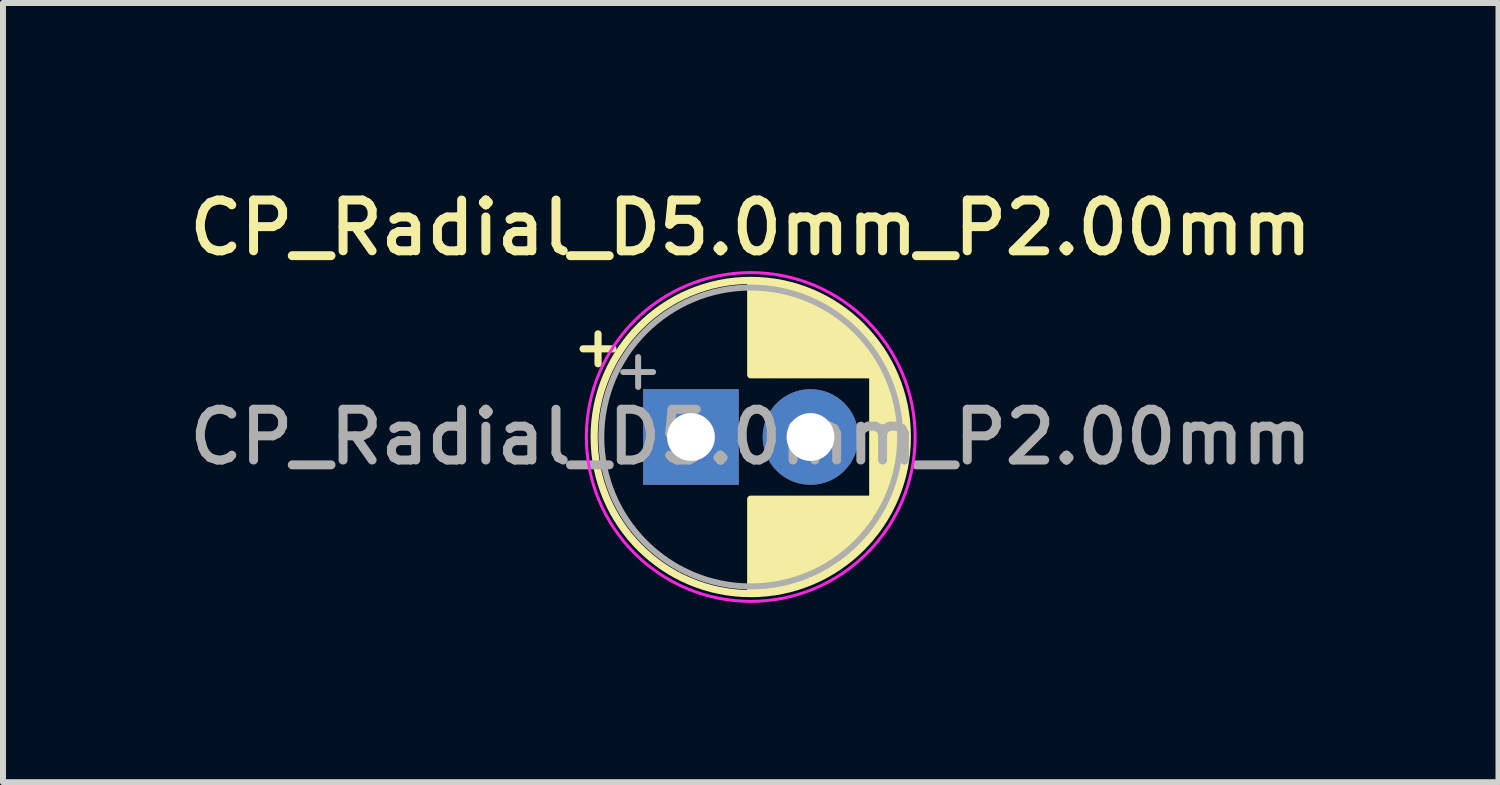
<source format=kicad_pcb>
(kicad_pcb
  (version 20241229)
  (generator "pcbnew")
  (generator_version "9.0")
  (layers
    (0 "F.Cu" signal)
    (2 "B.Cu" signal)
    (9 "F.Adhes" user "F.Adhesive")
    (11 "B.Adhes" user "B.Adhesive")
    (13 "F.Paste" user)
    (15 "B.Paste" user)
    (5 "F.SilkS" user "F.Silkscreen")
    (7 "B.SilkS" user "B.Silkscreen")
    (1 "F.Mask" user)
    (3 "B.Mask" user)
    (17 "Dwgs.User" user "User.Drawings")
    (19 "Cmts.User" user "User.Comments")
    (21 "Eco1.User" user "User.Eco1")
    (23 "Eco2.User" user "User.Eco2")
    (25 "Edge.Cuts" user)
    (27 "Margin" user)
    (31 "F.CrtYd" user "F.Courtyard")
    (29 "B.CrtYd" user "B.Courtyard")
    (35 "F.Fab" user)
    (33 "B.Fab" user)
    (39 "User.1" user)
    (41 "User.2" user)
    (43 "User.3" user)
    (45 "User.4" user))
  (footprint "CP_Radial_D5.0mm_P2.00mm"
    (layer "F.Cu")
    (at 9.51 4.261)
    (property "Reference" "CP_Radial_D5.0mm_P2.00mm" (at 0 -3.5 0) (layer "F.SilkS") (effects (font (size 0.85 0.85) (thickness 0.15))))
    (attr through_hole)
    (fp_line (start -2.805 -1.475) (end -2.305 -1.475) (stroke (width 0.12) (type solid)) (layer "F.SilkS"))
    (fp_line (start -2.555 -1.725) (end -2.555 -1.225) (stroke (width 0.12) (type solid)) (layer "F.SilkS"))
    (fp_line (start 0 -2.58) (end 0 -1.04) (stroke (width 0.12) (type solid)) (layer "F.SilkS"))
    (fp_line (start 0 1.04) (end 0 2.58) (stroke (width 0.12) (type solid)) (layer "F.SilkS"))
    (fp_line (start 0.04 -2.58) (end 0.04 -1.04) (stroke (width 0.12) (type solid)) (layer "F.SilkS"))
    (fp_line (start 0.04 1.04) (end 0.04 2.58) (stroke (width 0.12) (type solid)) (layer "F.SilkS"))
    (fp_line (start 0.08 -2.579) (end 0.08 -1.04) (stroke (width 0.12) (type solid)) (layer "F.SilkS"))
    (fp_line (start 0.08 1.04) (end 0.08 2.579) (stroke (width 0.12) (type solid)) (layer "F.SilkS"))
    (fp_line (start 0.12 -2.578) (end 0.12 -1.04) (stroke (width 0.12) (type solid)) (layer "F.SilkS"))
    (fp_line (start 0.12 1.04) (end 0.12 2.578) (stroke (width 0.12) (type solid)) (layer "F.SilkS"))
    (fp_line (start 0.16 -2.576) (end 0.16 -1.04) (stroke (width 0.12) (type solid)) (layer "F.SilkS"))
    (fp_line (start 0.16 1.04) (end 0.16 2.576) (stroke (width 0.12) (type solid)) (layer "F.SilkS"))
    (fp_line (start 0.2 -2.573) (end 0.2 -1.04) (stroke (width 0.12) (type solid)) (layer "F.SilkS"))
    (fp_line (start 0.2 1.04) (end 0.2 2.573) (stroke (width 0.12) (type solid)) (layer "F.SilkS"))
    (fp_line (start 0.24 -2.569) (end 0.24 -1.04) (stroke (width 0.12) (type solid)) (layer "F.SilkS"))
    (fp_line (start 0.24 1.04) (end 0.24 2.569) (stroke (width 0.12) (type solid)) (layer "F.SilkS"))
    (fp_line (start 0.28 -2.565) (end 0.28 -1.04) (stroke (width 0.12) (type solid)) (layer "F.SilkS"))
    (fp_line (start 0.28 1.04) (end 0.28 2.565) (stroke (width 0.12) (type solid)) (layer "F.SilkS"))
    (fp_line (start 0.32 -2.561) (end 0.32 -1.04) (stroke (width 0.12) (type solid)) (layer "F.SilkS"))
    (fp_line (start 0.32 1.04) (end 0.32 2.561) (stroke (width 0.12) (type solid)) (layer "F.SilkS"))
    (fp_line (start 0.36 -2.556) (end 0.36 -1.04) (stroke (width 0.12) (type solid)) (layer "F.SilkS"))
    (fp_line (start 0.36 1.04) (end 0.36 2.556) (stroke (width 0.12) (type solid)) (layer "F.SilkS"))
    (fp_line (start 0.4 -2.55) (end 0.4 -1.04) (stroke (width 0.12) (type solid)) (layer "F.SilkS"))
    (fp_line (start 0.4 1.04) (end 0.4 2.55) (stroke (width 0.12) (type solid)) (layer "F.SilkS"))
    (fp_line (start 0.44 -2.543) (end 0.44 -1.04) (stroke (width 0.12) (type solid)) (layer "F.SilkS"))
    (fp_line (start 0.44 1.04) (end 0.44 2.543) (stroke (width 0.12) (type solid)) (layer "F.SilkS"))
    (fp_line (start 0.48 -2.536) (end 0.48 -1.04) (stroke (width 0.12) (type solid)) (layer "F.SilkS"))
    (fp_line (start 0.48 1.04) (end 0.48 2.536) (stroke (width 0.12) (type solid)) (layer "F.SilkS"))
    (fp_line (start 0.52 -2.528) (end 0.52 -1.04) (stroke (width 0.12) (type solid)) (layer "F.SilkS"))
    (fp_line (start 0.52 1.04) (end 0.52 2.528) (stroke (width 0.12) (type solid)) (layer "F.SilkS"))
    (fp_line (start 0.56 -2.52) (end 0.56 -1.04) (stroke (width 0.12) (type solid)) (layer "F.SilkS"))
    (fp_line (start 0.56 1.04) (end 0.56 2.52) (stroke (width 0.12) (type solid)) (layer "F.SilkS"))
    (fp_line (start 0.6 -2.511) (end 0.6 -1.04) (stroke (width 0.12) (type solid)) (layer "F.SilkS"))
    (fp_line (start 0.6 1.04) (end 0.6 2.511) (stroke (width 0.12) (type solid)) (layer "F.SilkS"))
    (fp_line (start 0.64 -2.501) (end 0.64 -1.04) (stroke (width 0.12) (type solid)) (layer "F.SilkS"))
    (fp_line (start 0.64 1.04) (end 0.64 2.501) (stroke (width 0.12) (type solid)) (layer "F.SilkS"))
    (fp_line (start 0.68 -2.491) (end 0.68 -1.04) (stroke (width 0.12) (type solid)) (layer "F.SilkS"))
    (fp_line (start 0.68 1.04) (end 0.68 2.491) (stroke (width 0.12) (type solid)) (layer "F.SilkS"))
    (fp_line (start 0.721 -2.48) (end 0.721 -1.04) (stroke (width 0.12) (type solid)) (layer "F.SilkS"))
    (fp_line (start 0.721 1.04) (end 0.721 2.48) (stroke (width 0.12) (type solid)) (layer "F.SilkS"))
    (fp_line (start 0.761 -2.468) (end 0.761 -1.04) (stroke (width 0.12) (type solid)) (layer "F.SilkS"))
    (fp_line (start 0.761 1.04) (end 0.761 2.468) (stroke (width 0.12) (type solid)) (layer "F.SilkS"))
    (fp_line (start 0.801 -2.455) (end 0.801 -1.04) (stroke (width 0.12) (type solid)) (layer "F.SilkS"))
    (fp_line (start 0.801 1.04) (end 0.801 2.455) (stroke (width 0.12) (type solid)) (layer "F.SilkS"))
    (fp_line (start 0.841 -2.442) (end 0.841 -1.04) (stroke (width 0.12) (type solid)) (layer "F.SilkS"))
    (fp_line (start 0.841 1.04) (end 0.841 2.442) (stroke (width 0.12) (type solid)) (layer "F.SilkS"))
    (fp_line (start 0.881 -2.428) (end 0.881 -1.04) (stroke (width 0.12) (type solid)) (layer "F.SilkS"))
    (fp_line (start 0.881 1.04) (end 0.881 2.428) (stroke (width 0.12) (type solid)) (layer "F.SilkS"))
    (fp_line (start 0.921 -2.414) (end 0.921 -1.04) (stroke (width 0.12) (type solid)) (layer "F.SilkS"))
    (fp_line (start 0.921 1.04) (end 0.921 2.414) (stroke (width 0.12) (type solid)) (layer "F.SilkS"))
    (fp_line (start 0.961 -2.398) (end 0.961 -1.04) (stroke (width 0.12) (type solid)) (layer "F.SilkS"))
    (fp_line (start 0.961 1.04) (end 0.961 2.398) (stroke (width 0.12) (type solid)) (layer "F.SilkS"))
    (fp_line (start 1.001 -2.382) (end 1.001 -1.04) (stroke (width 0.12) (type solid)) (layer "F.SilkS"))
    (fp_line (start 1.001 1.04) (end 1.001 2.382) (stroke (width 0.12) (type solid)) (layer "F.SilkS"))
    (fp_line (start 1.041 -2.365) (end 1.041 -1.04) (stroke (width 0.12) (type solid)) (layer "F.SilkS"))
    (fp_line (start 1.041 1.04) (end 1.041 2.365) (stroke (width 0.12) (type solid)) (layer "F.SilkS"))
    (fp_line (start 1.081 -2.348) (end 1.081 -1.04) (stroke (width 0.12) (type solid)) (layer "F.SilkS"))
    (fp_line (start 1.081 1.04) (end 1.081 2.348) (stroke (width 0.12) (type solid)) (layer "F.SilkS"))
    (fp_line (start 1.121 -2.329) (end 1.121 -1.04) (stroke (width 0.12) (type solid)) (layer "F.SilkS"))
    (fp_line (start 1.121 1.04) (end 1.121 2.329) (stroke (width 0.12) (type solid)) (layer "F.SilkS"))
    (fp_line (start 1.161 -2.31) (end 1.161 -1.04) (stroke (width 0.12) (type solid)) (layer "F.SilkS"))
    (fp_line (start 1.161 1.04) (end 1.161 2.31) (stroke (width 0.12) (type solid)) (layer "F.SilkS"))
    (fp_line (start 1.201 -2.29) (end 1.201 -1.04) (stroke (width 0.12) (type solid)) (layer "F.SilkS"))
    (fp_line (start 1.201 1.04) (end 1.201 2.29) (stroke (width 0.12) (type solid)) (layer "F.SilkS"))
    (fp_line (start 1.241 -2.268) (end 1.241 -1.04) (stroke (width 0.12) (type solid)) (layer "F.SilkS"))
    (fp_line (start 1.241 1.04) (end 1.241 2.268) (stroke (width 0.12) (type solid)) (layer "F.SilkS"))
    (fp_line (start 1.281 -2.247) (end 1.281 -1.04) (stroke (width 0.12) (type solid)) (layer "F.SilkS"))
    (fp_line (start 1.281 1.04) (end 1.281 2.247) (stroke (width 0.12) (type solid)) (layer "F.SilkS"))
    (fp_line (start 1.321 -2.224) (end 1.321 -1.04) (stroke (width 0.12) (type solid)) (layer "F.SilkS"))
    (fp_line (start 1.321 1.04) (end 1.321 2.224) (stroke (width 0.12) (type solid)) (layer "F.SilkS"))
    (fp_line (start 1.361 -2.2) (end 1.361 -1.04) (stroke (width 0.12) (type solid)) (layer "F.SilkS"))
    (fp_line (start 1.361 1.04) (end 1.361 2.2) (stroke (width 0.12) (type solid)) (layer "F.SilkS"))
    (fp_line (start 1.401 -2.175) (end 1.401 -1.04) (stroke (width 0.12) (type solid)) (layer "F.SilkS"))
    (fp_line (start 1.401 1.04) (end 1.401 2.175) (stroke (width 0.12) (type solid)) (layer "F.SilkS"))
    (fp_line (start 1.441 -2.149) (end 1.441 -1.04) (stroke (width 0.12) (type solid)) (layer "F.SilkS"))
    (fp_line (start 1.441 1.04) (end 1.441 2.149) (stroke (width 0.12) (type solid)) (layer "F.SilkS"))
    (fp_line (start 1.481 -2.122) (end 1.481 -1.04) (stroke (width 0.12) (type solid)) (layer "F.SilkS"))
    (fp_line (start 1.481 1.04) (end 1.481 2.122) (stroke (width 0.12) (type solid)) (layer "F.SilkS"))
    (fp_line (start 1.521 -2.095) (end 1.521 -1.04) (stroke (width 0.12) (type solid)) (layer "F.SilkS"))
    (fp_line (start 1.521 1.04) (end 1.521 2.095) (stroke (width 0.12) (type solid)) (layer "F.SilkS"))
    (fp_line (start 1.561 -2.065) (end 1.561 -1.04) (stroke (width 0.12) (type solid)) (layer "F.SilkS"))
    (fp_line (start 1.561 1.04) (end 1.561 2.065) (stroke (width 0.12) (type solid)) (layer "F.SilkS"))
    (fp_line (start 1.601 -2.035) (end 1.601 -1.04) (stroke (width 0.12) (type solid)) (layer "F.SilkS"))
    (fp_line (start 1.601 1.04) (end 1.601 2.035) (stroke (width 0.12) (type solid)) (layer "F.SilkS"))
    (fp_line (start 1.641 -2.004) (end 1.641 -1.04) (stroke (width 0.12) (type solid)) (layer "F.SilkS"))
    (fp_line (start 1.641 1.04) (end 1.641 2.004) (stroke (width 0.12) (type solid)) (layer "F.SilkS"))
    (fp_line (start 1.681 -1.971) (end 1.681 -1.04) (stroke (width 0.12) (type solid)) (layer "F.SilkS"))
    (fp_line (start 1.681 1.04) (end 1.681 1.971) (stroke (width 0.12) (type solid)) (layer "F.SilkS"))
    (fp_line (start 1.721 -1.937) (end 1.721 -1.04) (stroke (width 0.12) (type solid)) (layer "F.SilkS"))
    (fp_line (start 1.721 1.04) (end 1.721 1.937) (stroke (width 0.12) (type solid)) (layer "F.SilkS"))
    (fp_line (start 1.761 -1.901) (end 1.761 -1.04) (stroke (width 0.12) (type solid)) (layer "F.SilkS"))
    (fp_line (start 1.761 1.04) (end 1.761 1.901) (stroke (width 0.12) (type solid)) (layer "F.SilkS"))
    (fp_line (start 1.801 -1.864) (end 1.801 -1.04) (stroke (width 0.12) (type solid)) (layer "F.SilkS"))
    (fp_line (start 1.801 1.04) (end 1.801 1.864) (stroke (width 0.12) (type solid)) (layer "F.SilkS"))
    (fp_line (start 1.841 -1.826) (end 1.841 -1.04) (stroke (width 0.12) (type solid)) (layer "F.SilkS"))
    (fp_line (start 1.841 1.04) (end 1.841 1.826) (stroke (width 0.12) (type solid)) (layer "F.SilkS"))
    (fp_line (start 1.881 -1.785) (end 1.881 -1.04) (stroke (width 0.12) (type solid)) (layer "F.SilkS"))
    (fp_line (start 1.881 1.04) (end 1.881 1.785) (stroke (width 0.12) (type solid)) (layer "F.SilkS"))
    (fp_line (start 1.921 -1.743) (end 1.921 -1.04) (stroke (width 0.12) (type solid)) (layer "F.SilkS"))
    (fp_line (start 1.921 1.04) (end 1.921 1.743) (stroke (width 0.12) (type solid)) (layer "F.SilkS"))
    (fp_line (start 1.961 -1.699) (end 1.961 -1.04) (stroke (width 0.12) (type solid)) (layer "F.SilkS"))
    (fp_line (start 1.961 1.04) (end 1.961 1.699) (stroke (width 0.12) (type solid)) (layer "F.SilkS"))
    (fp_line (start 2.001 -1.653) (end 2.001 -1.04) (stroke (width 0.12) (type solid)) (layer "F.SilkS"))
    (fp_line (start 2.001 1.04) (end 2.001 1.653) (stroke (width 0.12) (type solid)) (layer "F.SilkS"))
    (fp_line (start 2.041 -1.605) (end 2.041 1.605) (stroke (width 0.12) (type solid)) (layer "F.SilkS"))
    (fp_line (start 2.081 -1.554) (end 2.081 1.554) (stroke (width 0.12) (type solid)) (layer "F.SilkS"))
    (fp_line (start 2.121 -1.5) (end 2.121 1.5) (stroke (width 0.12) (type solid)) (layer "F.SilkS"))
    (fp_line (start 2.161 -1.443) (end 2.161 1.443) (stroke (width 0.12) (type solid)) (layer "F.SilkS"))
    (fp_line (start 2.201 -1.383) (end 2.201 1.383) (stroke (width 0.12) (type solid)) (layer "F.SilkS"))
    (fp_line (start 2.241 -1.319) (end 2.241 1.319) (stroke (width 0.12) (type solid)) (layer "F.SilkS"))
    (fp_line (start 2.281 -1.251) (end 2.281 1.251) (stroke (width 0.12) (type solid)) (layer "F.SilkS"))
    (fp_line (start 2.321 -1.178) (end 2.321 1.178) (stroke (width 0.12) (type solid)) (layer "F.SilkS"))
    (fp_line (start 2.361 -1.098) (end 2.361 1.098) (stroke (width 0.12) (type solid)) (layer "F.SilkS"))
    (fp_line (start 2.401 -1.011) (end 2.401 1.011) (stroke (width 0.12) (type solid)) (layer "F.SilkS"))
    (fp_line (start 2.441 -0.915) (end 2.441 0.915) (stroke (width 0.12) (type solid)) (layer "F.SilkS"))
    (fp_line (start 2.481 -0.805) (end 2.481 0.805) (stroke (width 0.12) (type solid)) (layer "F.SilkS"))
    (fp_line (start 2.521 -0.677) (end 2.521 0.677) (stroke (width 0.12) (type solid)) (layer "F.SilkS"))
    (fp_line (start 2.561 -0.518) (end 2.561 0.518) (stroke (width 0.12) (type solid)) (layer "F.SilkS"))
    (fp_line (start 2.601 -0.284) (end 2.601 0.284) (stroke (width 0.12) (type solid)) (layer "F.SilkS"))
    (fp_circle (center 0 0) (end 2.62 0) (stroke (width 0.12) (type solid)) (fill no) (layer "F.SilkS"))
    (fp_circle (center 0 0) (end 2.75 0) (stroke (width 0.05) (type solid)) (fill no) (layer "F.CrtYd"))
    (fp_line (start -2.134 -1.087) (end -1.634 -1.087) (stroke (width 0.1) (type solid)) (layer "F.Fab"))
    (fp_line (start -1.884 -1.337) (end -1.884 -0.838) (stroke (width 0.1) (type solid)) (layer "F.Fab"))
    (fp_circle (center 0 0) (end 2.5 0) (stroke (width 0.1) (type solid)) (fill no) (layer "F.Fab"))
    (fp_text user "${REFERENCE}" (at 0 0 0) (layer "F.Fab") (effects (font (size 0.85 0.85) (thickness 0.15))))
    (pad "1" thru_hole rect (at -1 0) (size 1.6 1.6) (drill 0.8) (layers "*.Cu" "*.Mask"))
    (pad "2" thru_hole circle (at 1 0) (size 1.6 1.6) (drill 0.8) (layers "*.Cu" "*.Mask")))
  (gr_rect
    (start -3 -3)
    (end 22.02 10.036)
    (stroke (width 0.1) (type default))
    (fill no)
    (layer "Edge.Cuts")))
</source>
